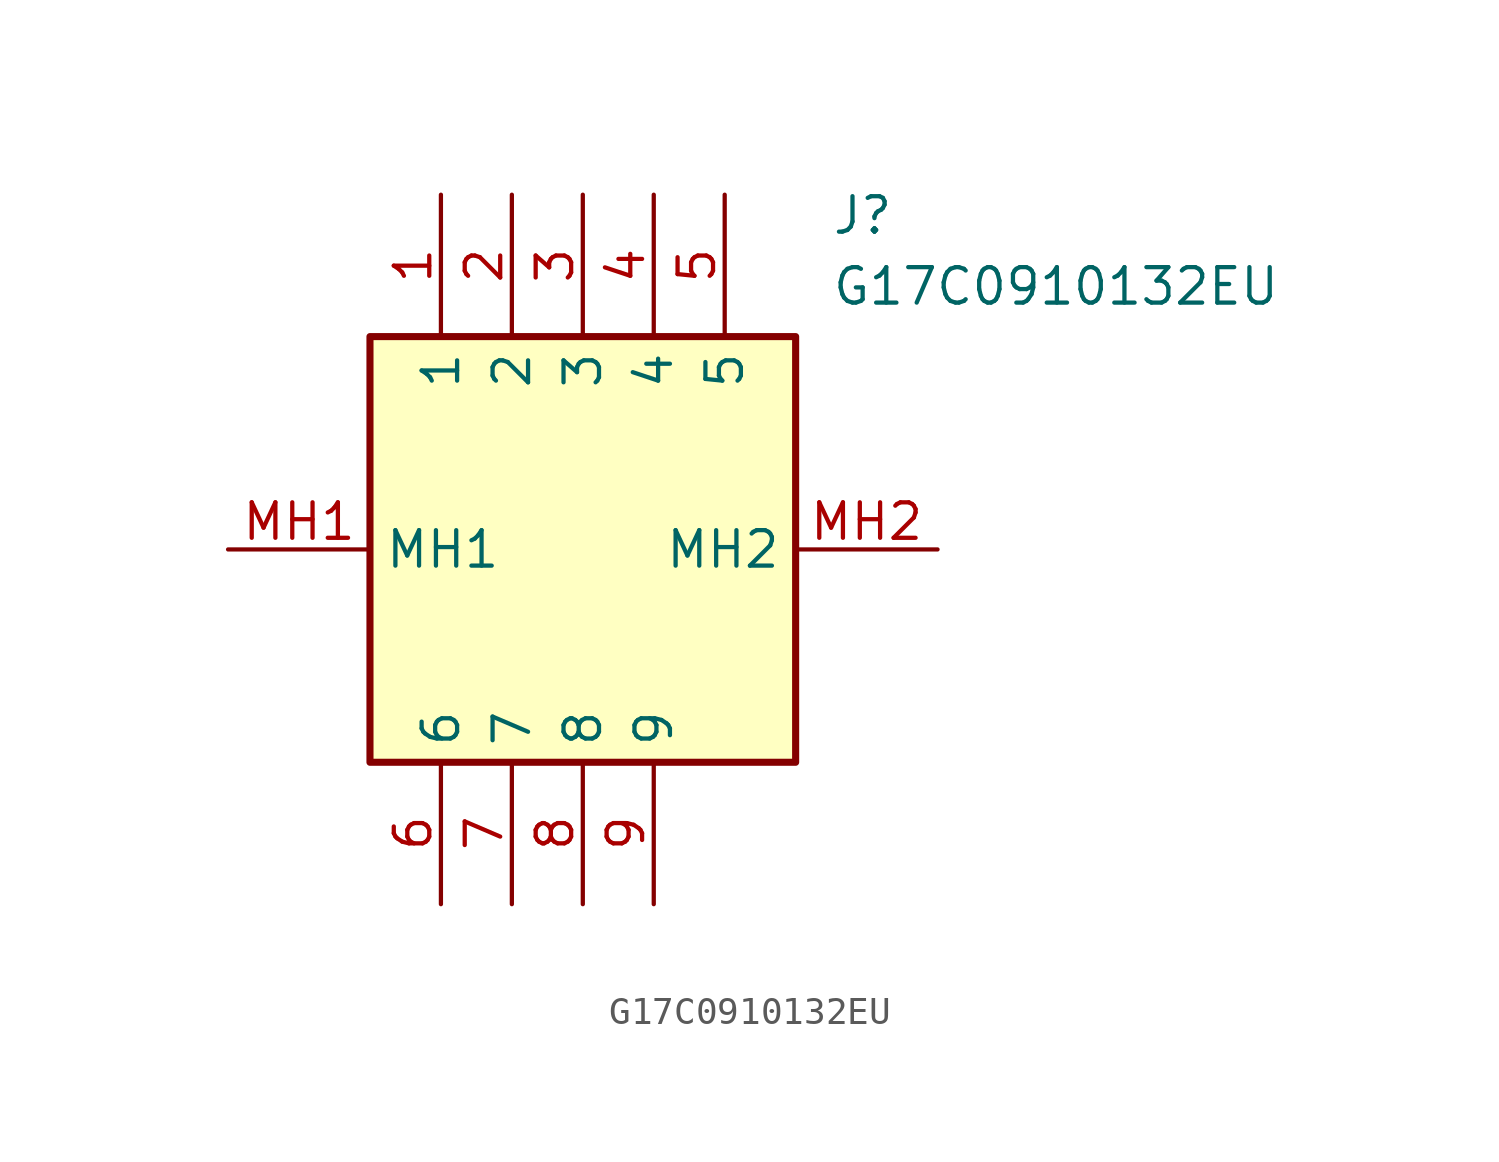
<source format=kicad_sym>
(kicad_symbol_lib
  (version 20231120)
  (generator "kicad_symbol_editor")
  (generator_version "8.0")
  (symbol "G17C0910132EU"
    (property "Reference" "J"
      (at 21.59 12.7 0)
      (effects (font (size 1.27 1.27)) (justify left top)))
    (property "Value" "G17C0910132EU"
      (at 21.59 10.16 0)
      (effects (font (size 1.27 1.27)) (justify left top)))
    (symbol "G17C0910132EU_1_1"
      (rectangle (start 5.08 7.62) (end 20.32 -7.62) (stroke (width 0.254) (type default)) (fill (type background)))
      (pin passive line (at 7.62 12.7 270) (length 5.08) (name "1" (effects (font (size 1.27 1.27)))) (number "1" (effects (font (size 1.27 1.27)))))
      (pin passive line (at 10.16 12.7 270) (length 5.08) (name "2" (effects (font (size 1.27 1.27)))) (number "2" (effects (font (size 1.27 1.27)))))
      (pin passive line (at 12.7 12.7 270) (length 5.08) (name "3" (effects (font (size 1.27 1.27)))) (number "3" (effects (font (size 1.27 1.27)))))
      (pin passive line (at 15.24 12.7 270) (length 5.08) (name "4" (effects (font (size 1.27 1.27)))) (number "4" (effects (font (size 1.27 1.27)))))
      (pin passive line (at 17.78 12.7 270) (length 5.08) (name "5" (effects (font (size 1.27 1.27)))) (number "5" (effects (font (size 1.27 1.27)))))
      (pin passive line (at 7.62 -12.7 90) (length 5.08) (name "6" (effects (font (size 1.27 1.27)))) (number "6" (effects (font (size 1.27 1.27)))))
      (pin passive line (at 10.16 -12.7 90) (length 5.08) (name "7" (effects (font (size 1.27 1.27)))) (number "7" (effects (font (size 1.27 1.27)))))
      (pin passive line (at 12.7 -12.7 90) (length 5.08) (name "8" (effects (font (size 1.27 1.27)))) (number "8" (effects (font (size 1.27 1.27)))))
      (pin passive line (at 15.24 -12.7 90) (length 5.08) (name "9" (effects (font (size 1.27 1.27)))) (number "9" (effects (font (size 1.27 1.27)))))
      (pin passive line (at 0 0 0) (length 5.08) (name "MH1" (effects (font (size 1.27 1.27)))) (number "MH1" (effects (font (size 1.27 1.27)))))
      (pin passive line (at 25.4 0 180) (length 5.08) (name "MH2" (effects (font (size 1.27 1.27)))) (number "MH2" (effects (font (size 1.27 1.27))))))))
</source>
